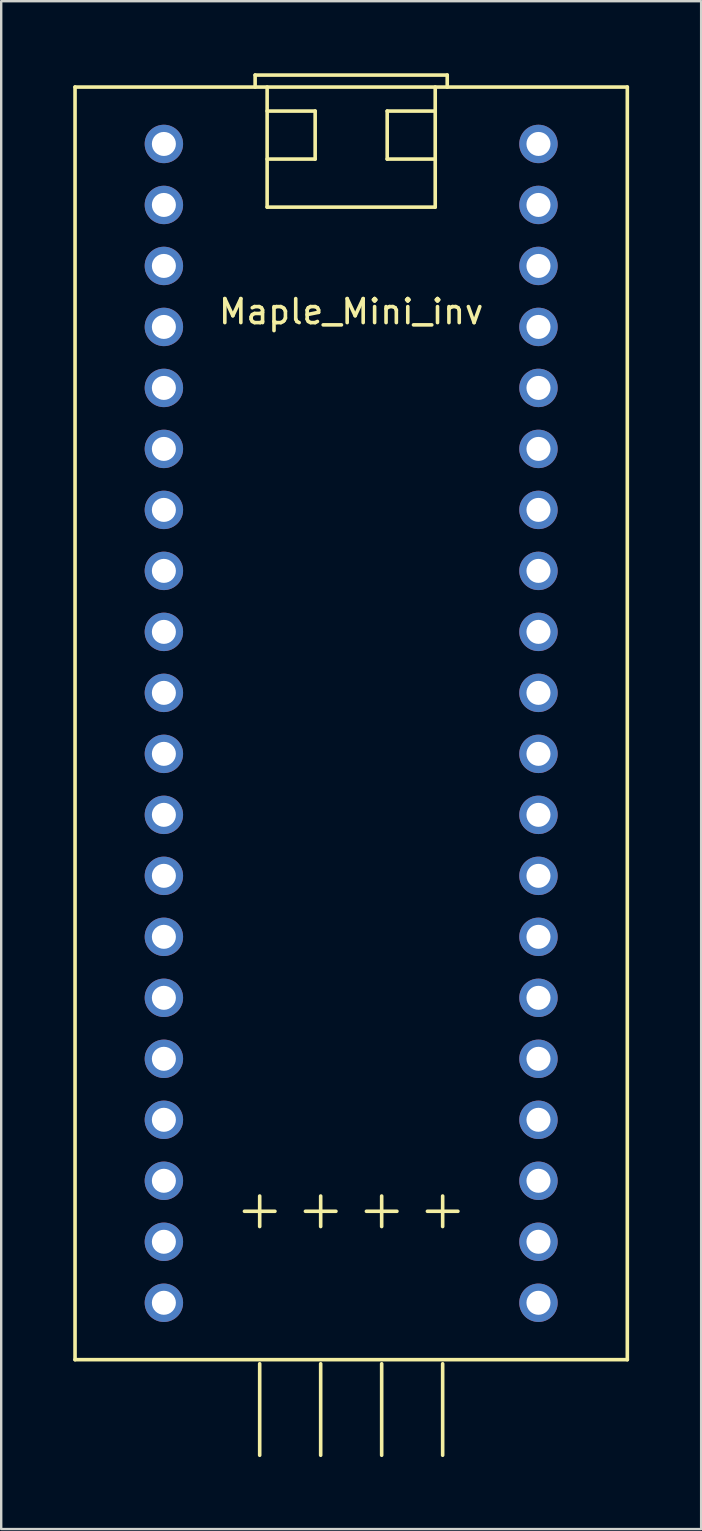
<source format=kicad_pcb>
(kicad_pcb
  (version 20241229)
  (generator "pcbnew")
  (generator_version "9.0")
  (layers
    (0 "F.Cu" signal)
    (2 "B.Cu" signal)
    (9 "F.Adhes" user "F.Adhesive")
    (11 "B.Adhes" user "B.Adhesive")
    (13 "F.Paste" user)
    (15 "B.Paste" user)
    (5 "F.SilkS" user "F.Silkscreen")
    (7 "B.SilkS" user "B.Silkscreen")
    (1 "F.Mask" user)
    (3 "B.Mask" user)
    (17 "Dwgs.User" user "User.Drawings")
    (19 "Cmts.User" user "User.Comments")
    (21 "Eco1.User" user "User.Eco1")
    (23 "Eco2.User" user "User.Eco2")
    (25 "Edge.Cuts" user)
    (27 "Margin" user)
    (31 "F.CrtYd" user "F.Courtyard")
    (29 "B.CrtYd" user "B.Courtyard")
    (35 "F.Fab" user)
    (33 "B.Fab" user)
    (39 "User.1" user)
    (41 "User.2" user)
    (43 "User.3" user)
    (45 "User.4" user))
  (footprint "Maple_Mini_inv"
    (layer "F.Cu")
    (at 11.575 27.075)
    (property "Reference" "Maple_Mini_inv" (at 0 -17.145 0) (layer "F.SilkS") (effects (font (size 1 1) (thickness 0.15))))
    (attr through_hole)
    (fp_line (start -11.5 -26.5) (end 11.5 -26.5) (stroke (width 0.15) (type solid)) (layer "F.SilkS"))
    (fp_line (start -11.5 26.5) (end -11.5 -26.5) (stroke (width 0.15) (type solid)) (layer "F.SilkS"))
    (fp_line (start -4 -27) (end -4 -26.5) (stroke (width 0.15) (type solid)) (layer "F.SilkS"))
    (fp_line (start -4 -27) (end 4 -27) (stroke (width 0.15) (type solid)) (layer "F.SilkS"))
    (fp_line (start -3.81 19.685) (end -3.81 20.955) (stroke (width 0.15) (type solid)) (layer "F.SilkS"))
    (fp_line (start -3.81 30.48) (end -3.81 26.67) (stroke (width 0.15) (type solid)) (layer "F.SilkS"))
    (fp_line (start -3.5 -26.5) (end -3.5 -21.5) (stroke (width 0.15) (type solid)) (layer "F.SilkS"))
    (fp_line (start -3.5 -25.5) (end -1.5 -25.5) (stroke (width 0.15) (type solid)) (layer "F.SilkS"))
    (fp_line (start -3.5 -21.5) (end 3.5 -21.5) (stroke (width 0.15) (type solid)) (layer "F.SilkS"))
    (fp_line (start -3.175 20.32) (end -4.445 20.32) (stroke (width 0.15) (type solid)) (layer "F.SilkS"))
    (fp_line (start -1.5 -25.5) (end -1.5 -23.5) (stroke (width 0.15) (type solid)) (layer "F.SilkS"))
    (fp_line (start -1.5 -23.5) (end -3.5 -23.5) (stroke (width 0.15) (type solid)) (layer "F.SilkS"))
    (fp_line (start -1.27 19.685) (end -1.27 20.955) (stroke (width 0.15) (type solid)) (layer "F.SilkS"))
    (fp_line (start -1.27 30.48) (end -1.27 26.67) (stroke (width 0.15) (type solid)) (layer "F.SilkS"))
    (fp_line (start -0.635 20.32) (end -1.905 20.32) (stroke (width 0.15) (type solid)) (layer "F.SilkS"))
    (fp_line (start 1.27 19.685) (end 1.27 20.955) (stroke (width 0.15) (type solid)) (layer "F.SilkS"))
    (fp_line (start 1.27 30.48) (end 1.27 26.67) (stroke (width 0.15) (type solid)) (layer "F.SilkS"))
    (fp_line (start 1.5 -25.5) (end 1.5 -23.5) (stroke (width 0.15) (type solid)) (layer "F.SilkS"))
    (fp_line (start 1.5 -23.5) (end 3.5 -23.5) (stroke (width 0.15) (type solid)) (layer "F.SilkS"))
    (fp_line (start 1.905 20.32) (end 0.635 20.32) (stroke (width 0.15) (type solid)) (layer "F.SilkS"))
    (fp_line (start 3.5 -25.5) (end 1.5 -25.5) (stroke (width 0.15) (type solid)) (layer "F.SilkS"))
    (fp_line (start 3.5 -21.5) (end 3.5 -26.5) (stroke (width 0.15) (type solid)) (layer "F.SilkS"))
    (fp_line (start 3.81 19.685) (end 3.81 20.955) (stroke (width 0.15) (type solid)) (layer "F.SilkS"))
    (fp_line (start 3.81 30.48) (end 3.81 26.67) (stroke (width 0.15) (type solid)) (layer "F.SilkS"))
    (fp_line (start 4 -27) (end 4 -26.5) (stroke (width 0.15) (type solid)) (layer "F.SilkS"))
    (fp_line (start 4.445 20.32) (end 3.175 20.32) (stroke (width 0.15) (type solid)) (layer "F.SilkS"))
    (fp_line (start 11.5 -26.5) (end 11.5 26.5) (stroke (width 0.15) (type solid)) (layer "F.SilkS"))
    (fp_line (start 11.5 26.5) (end -11.5 26.5) (stroke (width 0.15) (type solid)) (layer "F.SilkS"))
    (pad "18" thru_hole circle (at 7.8 19.05) (size 1.6 1.6) (drill 1) (layers "*.Cu" "*.Mask"))
    (pad "19" thru_hole circle (at 7.8 21.59) (size 1.6 1.6) (drill 1) (layers "*.Cu" "*.Mask"))
    (pad "20" thru_hole circle (at 7.8 24.13) (size 1.6 1.6) (drill 1) (layers "*.Cu" "*.Mask"))
    (pad "38" thru_hole circle (at -7.8 -19.05) (size 1.6 1.6) (drill 1) (layers "*.Cu" "*.Mask"))
    (pad "39" thru_hole circle (at -7.8 -21.59) (size 1.6 1.6) (drill 1) (layers "*.Cu" "*.Mask"))
    (pad "40" thru_hole circle (at -7.8 -24.13) (size 1.6 1.6) (drill 1) (layers "*.Cu" "*.Mask"))
    (pad "A0" thru_hole circle (at -7.8 13.97) (size 1.6 1.6) (drill 1) (layers "*.Cu" "*.Mask"))
    (pad "A1" thru_hole circle (at -7.8 11.43) (size 1.6 1.6) (drill 1) (layers "*.Cu" "*.Mask"))
    (pad "A2" thru_hole circle (at -7.8 8.89) (size 1.6 1.6) (drill 1) (layers "*.Cu" "*.Mask"))
    (pad "A3" thru_hole circle (at -7.8 6.35) (size 1.6 1.6) (drill 1) (layers "*.Cu" "*.Mask"))
    (pad "A4" thru_hole circle (at -7.8 3.81) (size 1.6 1.6) (drill 1) (layers "*.Cu" "*.Mask"))
    (pad "A5" thru_hole circle (at -7.8 1.27) (size 1.6 1.6) (drill 1) (layers "*.Cu" "*.Mask"))
    (pad "A6" thru_hole circle (at -7.8 -1.27) (size 1.6 1.6) (drill 1) (layers "*.Cu" "*.Mask"))
    (pad "A7" thru_hole circle (at -7.8 -3.81) (size 1.6 1.6) (drill 1) (layers "*.Cu" "*.Mask"))
    (pad "A8" thru_hole circle (at 7.8 -13.97) (size 1.6 1.6) (drill 1) (layers "*.Cu" "*.Mask"))
    (pad "A9" thru_hole circle (at 7.8 -11.43) (size 1.6 1.6) (drill 1) (layers "*.Cu" "*.Mask"))
    (pad "A10" thru_hole circle (at 7.8 -8.89) (size 1.6 1.6) (drill 1) (layers "*.Cu" "*.Mask"))
    (pad "A11" thru_hole circle (at 7.8 -6.35) (size 1.6 1.6) (drill 1) (layers "*.Cu" "*.Mask"))
    (pad "A12" thru_hole circle (at 7.8 -3.81) (size 1.6 1.6) (drill 1) (layers "*.Cu" "*.Mask"))
    (pad "A15" thru_hole circle (at 7.8 -1.27) (size 1.6 1.6) (drill 1) (layers "*.Cu" "*.Mask"))
    (pad "B0" thru_hole circle (at -7.8 -6.35) (size 1.6 1.6) (drill 1) (layers "*.Cu" "*.Mask"))
    (pad "B1" thru_hole circle (at -7.8 -8.89) (size 1.6 1.6) (drill 1) (layers "*.Cu" "*.Mask"))
    (pad "B3" thru_hole circle (at 7.8 1.27) (size 1.6 1.6) (drill 1) (layers "*.Cu" "*.Mask"))
    (pad "B4" thru_hole circle (at 7.8 3.81) (size 1.6 1.6) (drill 1) (layers "*.Cu" "*.Mask"))
    (pad "B5" thru_hole circle (at 7.8 6.35) (size 1.6 1.6) (drill 1) (layers "*.Cu" "*.Mask"))
    (pad "B6" thru_hole circle (at 7.8 8.89) (size 1.6 1.6) (drill 1) (layers "*.Cu" "*.Mask"))
    (pad "B7" thru_hole circle (at 7.8 11.43) (size 1.6 1.6) (drill 1) (layers "*.Cu" "*.Mask"))
    (pad "B8" thru_hole circle (at 7.8 13.97) (size 1.6 1.6) (drill 1) (layers "*.Cu" "*.Mask"))
    (pad "B9" thru_hole circle (at 7.8 16.51) (size 1.6 1.6) (drill 1) (layers "*.Cu" "*.Mask"))
    (pad "B10" thru_hole circle (at -7.8 -11.43) (size 1.6 1.6) (drill 1) (layers "*.Cu" "*.Mask"))
    (pad "B11" thru_hole circle (at -7.8 -13.97) (size 1.6 1.6) (drill 1) (layers "*.Cu" "*.Mask"))
    (pad "B12" thru_hole circle (at 7.8 -24.13) (size 1.6 1.6) (drill 1) (layers "*.Cu" "*.Mask"))
    (pad "B13" thru_hole circle (at 7.8 -21.59) (size 1.6 1.6) (drill 1) (layers "*.Cu" "*.Mask"))
    (pad "B14" thru_hole circle (at 7.8 -19.05) (size 1.6 1.6) (drill 1) (layers "*.Cu" "*.Mask"))
    (pad "B15" thru_hole circle (at 7.8 -16.51) (size 1.6 1.6) (drill 1) (layers "*.Cu" "*.Mask"))
    (pad "C13" thru_hole circle (at -7.8 21.59) (size 1.6 1.6) (drill 1) (layers "*.Cu" "*.Mask"))
    (pad "C14" thru_hole circle (at -7.8 19.05) (size 1.6 1.6) (drill 1) (layers "*.Cu" "*.Mask"))
    (pad "C15" thru_hole circle (at -7.8 16.51) (size 1.6 1.6) (drill 1) (layers "*.Cu" "*.Mask"))
    (pad "R" thru_hole circle (at -7.8 -16.51) (size 1.6 1.6) (drill 1) (layers "*.Cu" "*.Mask"))
    (pad "VB" thru_hole circle (at -7.8 24.13) (size 1.6 1.6) (drill 1) (layers "*.Cu" "*.Mask")))
  (gr_rect
    (start -3 -3)
    (end 26.15 60.63)
    (stroke (width 0.1) (type default))
    (fill no)
    (layer "Edge.Cuts")))
</source>
